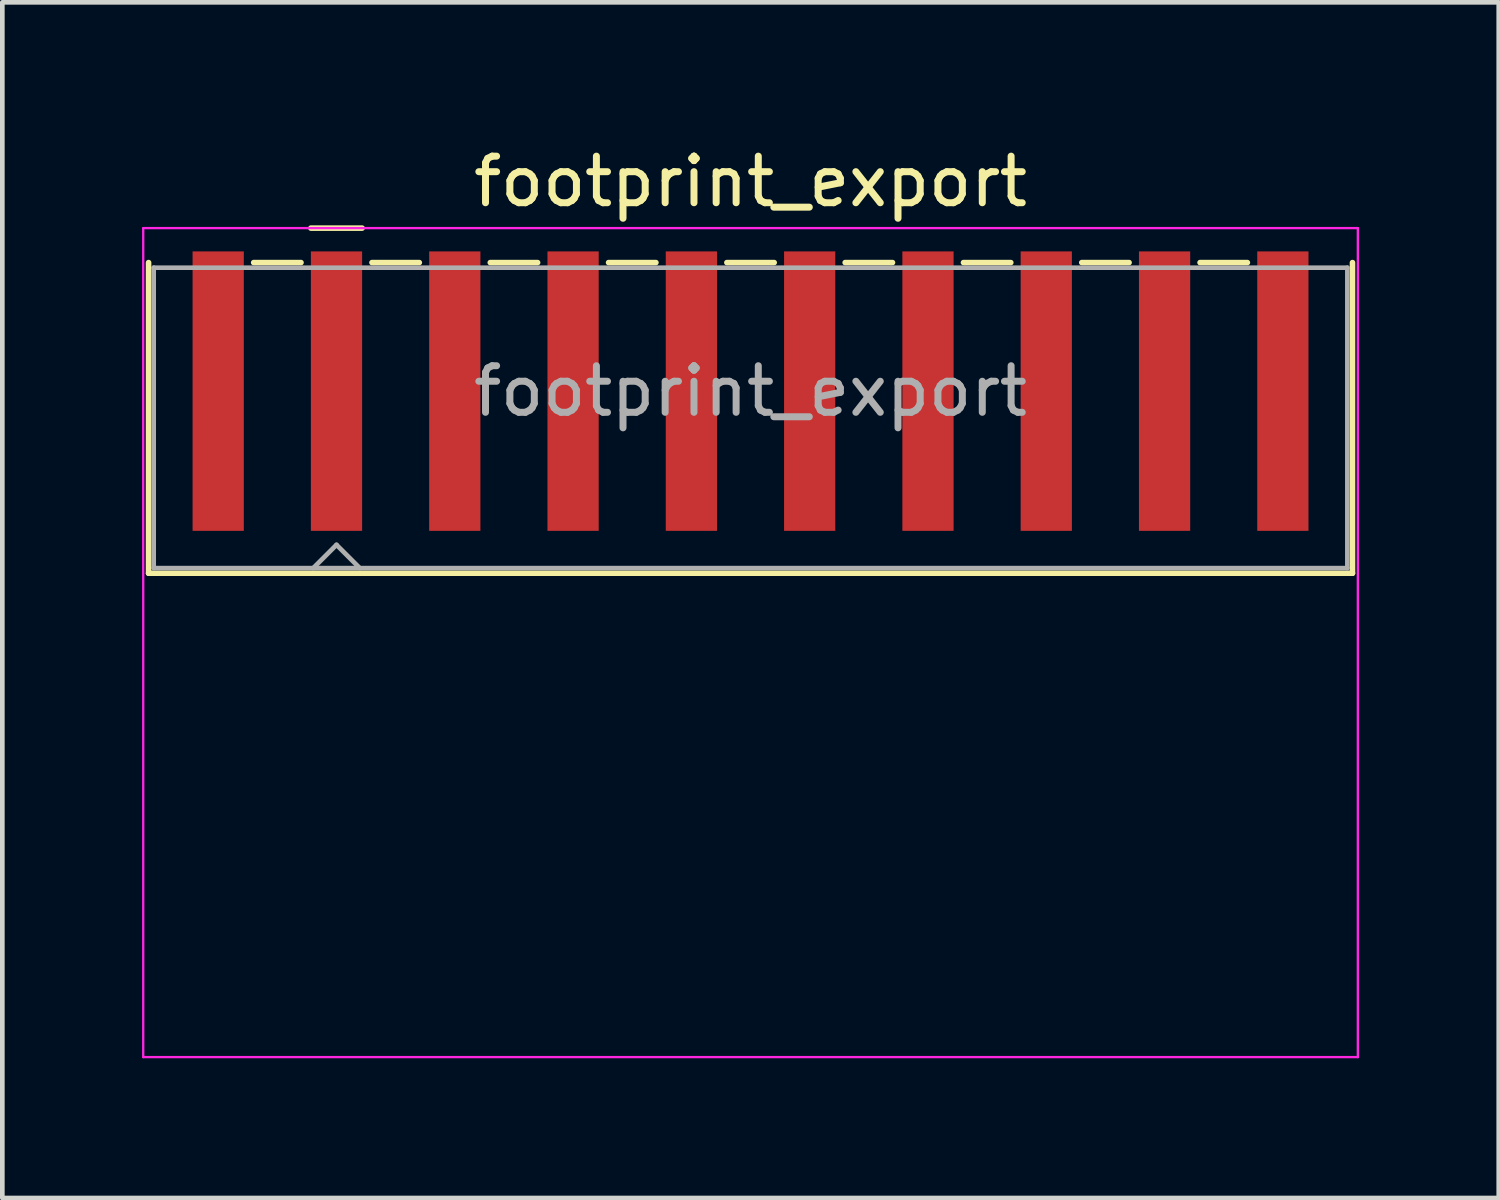
<source format=kicad_pcb>
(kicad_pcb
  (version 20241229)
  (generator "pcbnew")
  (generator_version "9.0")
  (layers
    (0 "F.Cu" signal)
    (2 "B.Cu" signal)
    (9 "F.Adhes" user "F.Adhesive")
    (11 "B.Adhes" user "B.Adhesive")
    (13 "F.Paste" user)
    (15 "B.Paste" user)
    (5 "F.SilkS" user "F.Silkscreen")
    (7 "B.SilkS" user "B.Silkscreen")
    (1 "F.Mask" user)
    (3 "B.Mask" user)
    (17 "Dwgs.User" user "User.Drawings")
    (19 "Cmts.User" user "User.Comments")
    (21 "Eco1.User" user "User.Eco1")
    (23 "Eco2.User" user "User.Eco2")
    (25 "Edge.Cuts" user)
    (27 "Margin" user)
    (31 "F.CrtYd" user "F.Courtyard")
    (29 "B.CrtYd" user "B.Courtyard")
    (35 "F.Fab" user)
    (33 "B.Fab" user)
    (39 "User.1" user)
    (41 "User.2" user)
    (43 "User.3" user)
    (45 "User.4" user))
  (footprint "footprint_export"
    (layer "F.Cu")
    (at 13.065 6.648)
    (property "Reference" "footprint_export" (at 0 -5.8 0) (layer "F.SilkS") (effects (font (size 1 1) (thickness 0.15))))
    (attr smd)
    (fp_line (start -12.925 -4.06) (end -12.925 2.61) (stroke (width 0.12) (type solid)) (layer "F.SilkS"))
    (fp_line (start -10.668 -4.06) (end -9.652 -4.06) (stroke (width 0.12) (type solid)) (layer "F.SilkS"))
    (fp_line (start -9.44 -4.8) (end -8.34 -4.8) (stroke (width 0.12) (type solid)) (layer "F.SilkS"))
    (fp_line (start -8.128 -4.06) (end -7.112 -4.06) (stroke (width 0.12) (type solid)) (layer "F.SilkS"))
    (fp_line (start -5.588 -4.06) (end -4.572 -4.06) (stroke (width 0.12) (type solid)) (layer "F.SilkS"))
    (fp_line (start -3.048 -4.06) (end -2.032 -4.06) (stroke (width 0.12) (type solid)) (layer "F.SilkS"))
    (fp_line (start -0.508 -4.06) (end 0.508 -4.06) (stroke (width 0.12) (type solid)) (layer "F.SilkS"))
    (fp_line (start 2.032 -4.06) (end 3.048 -4.06) (stroke (width 0.12) (type solid)) (layer "F.SilkS"))
    (fp_line (start 4.572 -4.06) (end 5.588 -4.06) (stroke (width 0.12) (type solid)) (layer "F.SilkS"))
    (fp_line (start 7.112 -4.06) (end 8.128 -4.06) (stroke (width 0.12) (type solid)) (layer "F.SilkS"))
    (fp_line (start 9.652 -4.06) (end 10.668 -4.06) (stroke (width 0.12) (type solid)) (layer "F.SilkS"))
    (fp_line (start 12.925 -4.06) (end 12.925 2.61) (stroke (width 0.12) (type solid)) (layer "F.SilkS"))
    (fp_line (start 12.925 2.61) (end -12.925 2.61) (stroke (width 0.12) (type solid)) (layer "F.SilkS"))
    (fp_line (start -13.04 -4.8) (end -13.04 13) (stroke (width 0.05) (type solid)) (layer "F.CrtYd"))
    (fp_line (start -13.04 13) (end 13.04 13) (stroke (width 0.05) (type solid)) (layer "F.CrtYd"))
    (fp_line (start 13.04 -4.8) (end -13.04 -4.8) (stroke (width 0.05) (type solid)) (layer "F.CrtYd"))
    (fp_line (start 13.04 13) (end 13.04 -4.8) (stroke (width 0.05) (type solid)) (layer "F.CrtYd"))
    (fp_line (start -12.815 -3.95) (end -12.815 2.5) (stroke (width 0.1) (type solid)) (layer "F.Fab"))
    (fp_line (start -12.815 2.5) (end 12.815 2.5) (stroke (width 0.1) (type solid)) (layer "F.Fab"))
    (fp_line (start -9.39 2.5) (end -8.89 2) (stroke (width 0.1) (type solid)) (layer "F.Fab"))
    (fp_line (start -8.89 2) (end -8.39 2.5) (stroke (width 0.1) (type solid)) (layer "F.Fab"))
    (fp_line (start 12.815 -3.95) (end -12.815 -3.95) (stroke (width 0.1) (type solid)) (layer "F.Fab"))
    (fp_line (start 12.815 2.5) (end 12.815 -3.95) (stroke (width 0.1) (type solid)) (layer "F.Fab"))
    (fp_text user "${REFERENCE}" (at 0 -1.3 0) (layer "F.Fab") (effects (font (size 1 1) (thickness 0.15))))
    (pad "1" smd rect (at -8.89 -1.3) (size 1.1 6) (layers "F.Cu" "F.Mask" "F.Paste"))
    (pad "2" smd rect (at -6.35 -1.3) (size 1.1 6) (layers "F.Cu" "F.Mask" "F.Paste"))
    (pad "3" smd rect (at -3.81 -1.3) (size 1.1 6) (layers "F.Cu" "F.Mask" "F.Paste"))
    (pad "4" smd rect (at -1.27 -1.3) (size 1.1 6) (layers "F.Cu" "F.Mask" "F.Paste"))
    (pad "5" smd rect (at 1.27 -1.3) (size 1.1 6) (layers "F.Cu" "F.Mask" "F.Paste"))
    (pad "6" smd rect (at 3.81 -1.3) (size 1.1 6) (layers "F.Cu" "F.Mask" "F.Paste"))
    (pad "7" smd rect (at 6.35 -1.3) (size 1.1 6) (layers "F.Cu" "F.Mask" "F.Paste"))
    (pad "8" smd rect (at 8.89 -1.3) (size 1.1 6) (layers "F.Cu" "F.Mask" "F.Paste"))
    (pad "MP" smd rect (at -11.43 -1.3) (size 1.1 6) (layers "F.Cu" "F.Mask" "F.Paste"))
    (pad "MP" smd rect (at 11.43 -1.3) (size 1.1 6) (layers "F.Cu" "F.Mask" "F.Paste")))
  (gr_rect
    (start -3 -3)
    (end 29.13 22.673)
    (stroke (width 0.1) (type default))
    (fill no)
    (layer "Edge.Cuts")))
</source>
